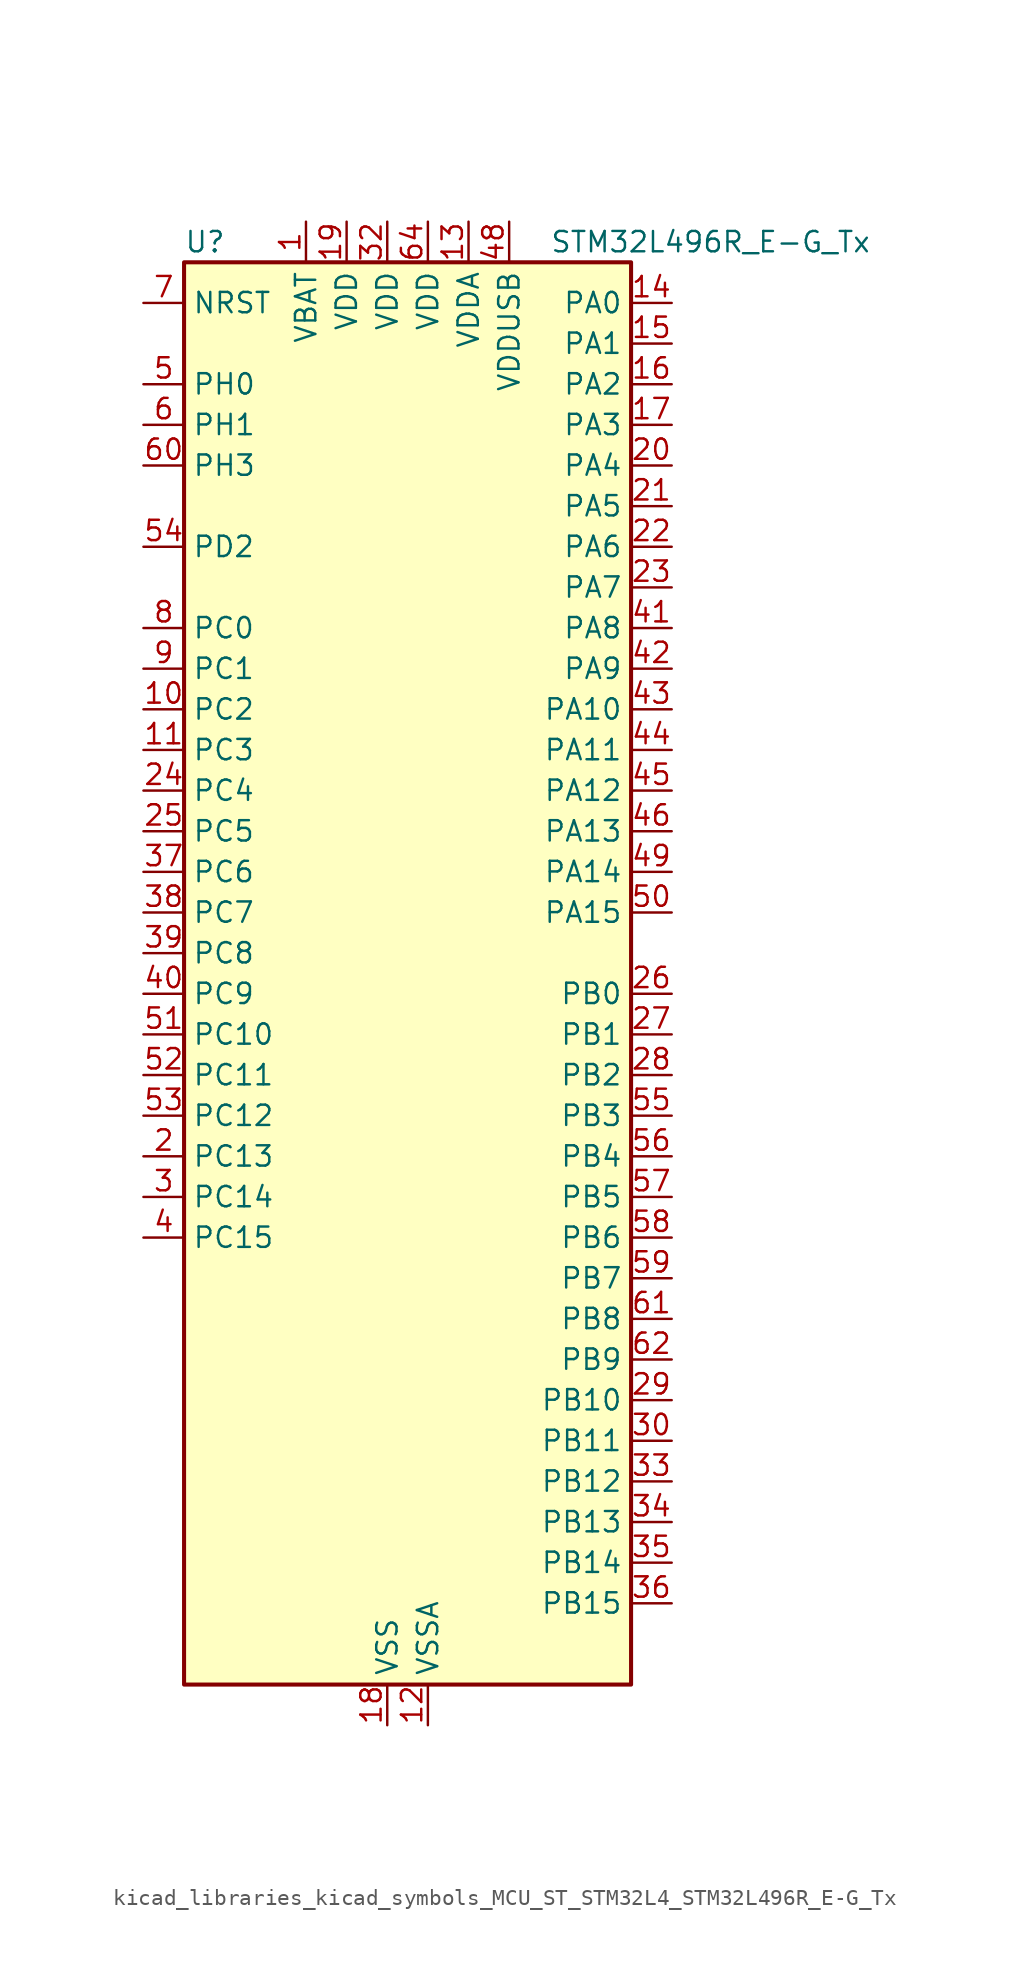
<source format=kicad_sym>
(kicad_symbol_lib
  (version 20220914)
  (generator kicad_symbol_editor)
  (symbol "kicad_libraries_kicad_symbols_MCU_ST_STM32L4_STM32L496R_E-G_Tx"
    (property "Reference" "U"
      (at -12.7 46.99 0)
      (effects (font (size 1.27 1.27)) (justify left)))
    (property "Value" "STM32L496R_E-G_Tx"
      (at 10.16 46.99 0)
      (effects (font (size 1.27 1.27)) (justify left)))
    (property "ki_locked" ""
      (at 0 0 0)
      (effects (font (size 1.27 1.27))))
    (symbol "kicad_libraries_kicad_symbols_MCU_ST_STM32L4_STM32L496R_E-G_Tx_0_1"
      (rectangle (start -12.7 -43.18) (end 15.24 45.72) (stroke (width 0.254) (type default)) (fill (type background))))
    (symbol "kicad_libraries_kicad_symbols_MCU_ST_STM32L4_STM32L496R_E-G_Tx_1_1"
      (pin power_in line (at -5.08 48.26 270) (length 2.54) (name "VBAT" (effects (font (size 1.27 1.27)))) (number "1" (effects (font (size 1.27 1.27)))))
      (pin bidirectional line (at -15.24 17.78 0) (length 2.54) (name "PC2" (effects (font (size 1.27 1.27)))) (number "10" (effects (font (size 1.27 1.27)))) (alternate "ADC1_IN3" bidirectional line) (alternate "ADC2_IN3" bidirectional line) (alternate "ADC3_IN3" bidirectional line) (alternate "DFSDM1_CKOUT" bidirectional line) (alternate "LCD_SEG20" bidirectional line) (alternate "LPTIM1_IN2" bidirectional line) (alternate "QUADSPI_BK2_IO1" bidirectional line) (alternate "SPI2_MISO" bidirectional line))
      (pin bidirectional line (at -15.24 15.24 0) (length 2.54) (name "PC3" (effects (font (size 1.27 1.27)))) (number "11" (effects (font (size 1.27 1.27)))) (alternate "ADC1_IN4" bidirectional line) (alternate "ADC2_IN4" bidirectional line) (alternate "ADC3_IN4" bidirectional line) (alternate "LCD_VLCD" bidirectional line) (alternate "LPTIM1_ETR" bidirectional line) (alternate "LPTIM2_ETR" bidirectional line) (alternate "QUADSPI_BK2_IO2" bidirectional line) (alternate "SAI1_SD_A" bidirectional line) (alternate "SPI2_MOSI" bidirectional line))
      (pin power_in line (at 2.54 -45.72 90) (length 2.54) (name "VSSA" (effects (font (size 1.27 1.27)))) (number "12" (effects (font (size 1.27 1.27)))))
      (pin power_in line (at 5.08 48.26 270) (length 2.54) (name "VDDA" (effects (font (size 1.27 1.27)))) (number "13" (effects (font (size 1.27 1.27)))))
      (pin bidirectional line (at 17.78 43.18 180) (length 2.54) (name "PA0" (effects (font (size 1.27 1.27)))) (number "14" (effects (font (size 1.27 1.27)))) (alternate "ADC1_IN5" bidirectional line) (alternate "ADC2_IN5" bidirectional line) (alternate "OPAMP1_VINP" bidirectional line) (alternate "RTC_TAMP2" bidirectional line) (alternate "SAI1_EXTCLK" bidirectional line) (alternate "SYS_WKUP1" bidirectional line) (alternate "TIM2_CH1" bidirectional line) (alternate "TIM2_ETR" bidirectional line) (alternate "TIM5_CH1" bidirectional line) (alternate "TIM8_ETR" bidirectional line) (alternate "UART4_TX" bidirectional line) (alternate "USART2_CTS" bidirectional line))
      (pin bidirectional line (at 17.78 40.64 180) (length 2.54) (name "PA1" (effects (font (size 1.27 1.27)))) (number "15" (effects (font (size 1.27 1.27)))) (alternate "ADC1_IN6" bidirectional line) (alternate "ADC2_IN6" bidirectional line) (alternate "I2C1_SMBA" bidirectional line) (alternate "LCD_SEG0" bidirectional line) (alternate "OPAMP1_VINM" bidirectional line) (alternate "SPI1_SCK" bidirectional line) (alternate "TIM15_CH1N" bidirectional line) (alternate "TIM2_CH2" bidirectional line) (alternate "TIM5_CH2" bidirectional line) (alternate "UART4_RX" bidirectional line) (alternate "USART2_DE" bidirectional line) (alternate "USART2_RTS" bidirectional line))
      (pin bidirectional line (at 17.78 38.1 180) (length 2.54) (name "PA2" (effects (font (size 1.27 1.27)))) (number "16" (effects (font (size 1.27 1.27)))) (alternate "ADC1_IN7" bidirectional line) (alternate "ADC2_IN7" bidirectional line) (alternate "LCD_SEG1" bidirectional line) (alternate "LPUART1_TX" bidirectional line) (alternate "QUADSPI_BK1_NCS" bidirectional line) (alternate "RCC_LSCO" bidirectional line) (alternate "SAI2_EXTCLK" bidirectional line) (alternate "SYS_WKUP4" bidirectional line) (alternate "TIM15_CH1" bidirectional line) (alternate "TIM2_CH3" bidirectional line) (alternate "TIM5_CH3" bidirectional line) (alternate "USART2_TX" bidirectional line))
      (pin bidirectional line (at 17.78 35.56 180) (length 2.54) (name "PA3" (effects (font (size 1.27 1.27)))) (number "17" (effects (font (size 1.27 1.27)))) (alternate "ADC1_IN8" bidirectional line) (alternate "ADC2_IN8" bidirectional line) (alternate "LCD_SEG2" bidirectional line) (alternate "LPUART1_RX" bidirectional line) (alternate "OPAMP1_VOUT" bidirectional line) (alternate "QUADSPI_CLK" bidirectional line) (alternate "SAI1_MCLK_A" bidirectional line) (alternate "TIM15_CH2" bidirectional line) (alternate "TIM2_CH4" bidirectional line) (alternate "TIM5_CH4" bidirectional line) (alternate "USART2_RX" bidirectional line))
      (pin power_in line (at 0 -45.72 90) (length 2.54) (name "VSS" (effects (font (size 1.27 1.27)))) (number "18" (effects (font (size 1.27 1.27)))))
      (pin power_in line (at -2.54 48.26 270) (length 2.54) (name "VDD" (effects (font (size 1.27 1.27)))) (number "19" (effects (font (size 1.27 1.27)))))
      (pin bidirectional line (at -15.24 -10.16 0) (length 2.54) (name "PC13" (effects (font (size 1.27 1.27)))) (number "2" (effects (font (size 1.27 1.27)))) (alternate "RTC_OUT_ALARM" bidirectional line) (alternate "RTC_OUT_CALIB" bidirectional line) (alternate "RTC_TAMP1" bidirectional line) (alternate "RTC_TS" bidirectional line) (alternate "SYS_WKUP2" bidirectional line))
      (pin bidirectional line (at 17.78 33.02 180) (length 2.54) (name "PA4" (effects (font (size 1.27 1.27)))) (number "20" (effects (font (size 1.27 1.27)))) (alternate "ADC1_IN9" bidirectional line) (alternate "ADC2_IN9" bidirectional line) (alternate "DAC1_OUT1" bidirectional line) (alternate "DCMI_HSYNC" bidirectional line) (alternate "LPTIM2_OUT" bidirectional line) (alternate "SAI1_FS_B" bidirectional line) (alternate "SPI1_NSS" bidirectional line) (alternate "SPI3_NSS" bidirectional line) (alternate "USART2_CK" bidirectional line))
      (pin bidirectional line (at 17.78 30.48 180) (length 2.54) (name "PA5" (effects (font (size 1.27 1.27)))) (number "21" (effects (font (size 1.27 1.27)))) (alternate "ADC1_IN10" bidirectional line) (alternate "ADC2_IN10" bidirectional line) (alternate "DAC1_OUT2" bidirectional line) (alternate "LPTIM2_ETR" bidirectional line) (alternate "SPI1_SCK" bidirectional line) (alternate "TIM2_CH1" bidirectional line) (alternate "TIM2_ETR" bidirectional line) (alternate "TIM8_CH1N" bidirectional line))
      (pin bidirectional line (at 17.78 27.94 180) (length 2.54) (name "PA6" (effects (font (size 1.27 1.27)))) (number "22" (effects (font (size 1.27 1.27)))) (alternate "ADC1_IN11" bidirectional line) (alternate "ADC2_IN11" bidirectional line) (alternate "DCMI_PIXCLK" bidirectional line) (alternate "LCD_SEG3" bidirectional line) (alternate "LPUART1_CTS" bidirectional line) (alternate "OPAMP2_VINP" bidirectional line) (alternate "QUADSPI_BK1_IO3" bidirectional line) (alternate "SPI1_MISO" bidirectional line) (alternate "TIM16_CH1" bidirectional line) (alternate "TIM1_BKIN" bidirectional line) (alternate "TIM1_BKIN_COMP2" bidirectional line) (alternate "TIM3_CH1" bidirectional line) (alternate "TIM8_BKIN" bidirectional line) (alternate "TIM8_BKIN_COMP2" bidirectional line) (alternate "USART3_CTS" bidirectional line))
      (pin bidirectional line (at 17.78 25.4 180) (length 2.54) (name "PA7" (effects (font (size 1.27 1.27)))) (number "23" (effects (font (size 1.27 1.27)))) (alternate "ADC1_IN12" bidirectional line) (alternate "ADC2_IN12" bidirectional line) (alternate "I2C3_SCL" bidirectional line) (alternate "LCD_SEG4" bidirectional line) (alternate "OPAMP2_VINM" bidirectional line) (alternate "QUADSPI_BK1_IO2" bidirectional line) (alternate "SPI1_MOSI" bidirectional line) (alternate "TIM17_CH1" bidirectional line) (alternate "TIM1_CH1N" bidirectional line) (alternate "TIM3_CH2" bidirectional line) (alternate "TIM8_CH1N" bidirectional line))
      (pin bidirectional line (at -15.24 12.7 0) (length 2.54) (name "PC4" (effects (font (size 1.27 1.27)))) (number "24" (effects (font (size 1.27 1.27)))) (alternate "ADC1_IN13" bidirectional line) (alternate "ADC2_IN13" bidirectional line) (alternate "COMP1_INM" bidirectional line) (alternate "LCD_SEG22" bidirectional line) (alternate "QUADSPI_BK2_IO3" bidirectional line) (alternate "USART3_TX" bidirectional line))
      (pin bidirectional line (at -15.24 10.16 0) (length 2.54) (name "PC5" (effects (font (size 1.27 1.27)))) (number "25" (effects (font (size 1.27 1.27)))) (alternate "ADC1_IN14" bidirectional line) (alternate "ADC2_IN14" bidirectional line) (alternate "COMP1_INP" bidirectional line) (alternate "LCD_SEG23" bidirectional line) (alternate "SYS_WKUP5" bidirectional line) (alternate "USART3_RX" bidirectional line))
      (pin bidirectional line (at 17.78 0 180) (length 2.54) (name "PB0" (effects (font (size 1.27 1.27)))) (number "26" (effects (font (size 1.27 1.27)))) (alternate "ADC1_IN15" bidirectional line) (alternate "ADC2_IN15" bidirectional line) (alternate "COMP1_OUT" bidirectional line) (alternate "LCD_SEG5" bidirectional line) (alternate "OPAMP2_VOUT" bidirectional line) (alternate "QUADSPI_BK1_IO1" bidirectional line) (alternate "SAI1_EXTCLK" bidirectional line) (alternate "SPI1_NSS" bidirectional line) (alternate "TIM1_CH2N" bidirectional line) (alternate "TIM3_CH3" bidirectional line) (alternate "TIM8_CH2N" bidirectional line) (alternate "USART3_CK" bidirectional line))
      (pin bidirectional line (at 17.78 -2.54 180) (length 2.54) (name "PB1" (effects (font (size 1.27 1.27)))) (number "27" (effects (font (size 1.27 1.27)))) (alternate "ADC1_IN16" bidirectional line) (alternate "ADC2_IN16" bidirectional line) (alternate "COMP1_INM" bidirectional line) (alternate "DFSDM1_DATIN0" bidirectional line) (alternate "LCD_SEG6" bidirectional line) (alternate "LPTIM2_IN1" bidirectional line) (alternate "LPUART1_DE" bidirectional line) (alternate "LPUART1_RTS" bidirectional line) (alternate "QUADSPI_BK1_IO0" bidirectional line) (alternate "TIM1_CH3N" bidirectional line) (alternate "TIM3_CH4" bidirectional line) (alternate "TIM8_CH3N" bidirectional line) (alternate "USART3_DE" bidirectional line) (alternate "USART3_RTS" bidirectional line))
      (pin bidirectional line (at 17.78 -5.08 180) (length 2.54) (name "PB2" (effects (font (size 1.27 1.27)))) (number "28" (effects (font (size 1.27 1.27)))) (alternate "COMP1_INP" bidirectional line) (alternate "DFSDM1_CKIN0" bidirectional line) (alternate "I2C3_SMBA" bidirectional line) (alternate "LCD_VLCD" bidirectional line) (alternate "LPTIM1_OUT" bidirectional line) (alternate "RTC_OUT_ALARM" bidirectional line) (alternate "RTC_OUT_CALIB" bidirectional line))
      (pin bidirectional line (at 17.78 -25.4 180) (length 2.54) (name "PB10" (effects (font (size 1.27 1.27)))) (number "29" (effects (font (size 1.27 1.27)))) (alternate "COMP1_OUT" bidirectional line) (alternate "DFSDM1_DATIN7" bidirectional line) (alternate "I2C2_SCL" bidirectional line) (alternate "I2C4_SCL" bidirectional line) (alternate "LCD_SEG10" bidirectional line) (alternate "LPUART1_RX" bidirectional line) (alternate "QUADSPI_CLK" bidirectional line) (alternate "SAI1_SCK_A" bidirectional line) (alternate "SPI2_SCK" bidirectional line) (alternate "TIM2_CH3" bidirectional line) (alternate "TSC_SYNC" bidirectional line) (alternate "USART3_TX" bidirectional line))
      (pin bidirectional line (at -15.24 -12.7 0) (length 2.54) (name "PC14" (effects (font (size 1.27 1.27)))) (number "3" (effects (font (size 1.27 1.27)))) (alternate "RCC_OSC32_IN" bidirectional line))
      (pin bidirectional line (at 17.78 -27.94 180) (length 2.54) (name "PB11" (effects (font (size 1.27 1.27)))) (number "30" (effects (font (size 1.27 1.27)))) (alternate "ADC1_EXTI11" bidirectional line) (alternate "ADC2_EXTI11" bidirectional line) (alternate "ADC3_EXTI11" bidirectional line) (alternate "COMP2_OUT" bidirectional line) (alternate "DFSDM1_CKIN7" bidirectional line) (alternate "I2C2_SDA" bidirectional line) (alternate "I2C4_SDA" bidirectional line) (alternate "LCD_SEG11" bidirectional line) (alternate "LPUART1_TX" bidirectional line) (alternate "QUADSPI_BK1_NCS" bidirectional line) (alternate "TIM2_CH4" bidirectional line) (alternate "USART3_RX" bidirectional line))
      (pin passive line (at 0 -45.72 90) (length 2.54) hide (name "VSS" (effects (font (size 1.27 1.27)))) (number "31" (effects (font (size 1.27 1.27)))))
      (pin power_in line (at 0 48.26 270) (length 2.54) (name "VDD" (effects (font (size 1.27 1.27)))) (number "32" (effects (font (size 1.27 1.27)))))
      (pin bidirectional line (at 17.78 -30.48 180) (length 2.54) (name "PB12" (effects (font (size 1.27 1.27)))) (number "33" (effects (font (size 1.27 1.27)))) (alternate "CAN2_RX" bidirectional line) (alternate "DFSDM1_DATIN1" bidirectional line) (alternate "I2C2_SMBA" bidirectional line) (alternate "LCD_SEG12" bidirectional line) (alternate "LPUART1_DE" bidirectional line) (alternate "LPUART1_RTS" bidirectional line) (alternate "SAI2_FS_A" bidirectional line) (alternate "SPI2_NSS" bidirectional line) (alternate "SWPMI1_IO" bidirectional line) (alternate "TIM15_BKIN" bidirectional line) (alternate "TIM1_BKIN" bidirectional line) (alternate "TIM1_BKIN_COMP2" bidirectional line) (alternate "TSC_G1_IO1" bidirectional line) (alternate "USART3_CK" bidirectional line))
      (pin bidirectional line (at 17.78 -33.02 180) (length 2.54) (name "PB13" (effects (font (size 1.27 1.27)))) (number "34" (effects (font (size 1.27 1.27)))) (alternate "CAN2_TX" bidirectional line) (alternate "DFSDM1_CKIN1" bidirectional line) (alternate "I2C2_SCL" bidirectional line) (alternate "LCD_SEG13" bidirectional line) (alternate "LPUART1_CTS" bidirectional line) (alternate "SAI2_SCK_A" bidirectional line) (alternate "SPI2_SCK" bidirectional line) (alternate "SWPMI1_TX" bidirectional line) (alternate "TIM15_CH1N" bidirectional line) (alternate "TIM1_CH1N" bidirectional line) (alternate "TSC_G1_IO2" bidirectional line) (alternate "USART3_CTS" bidirectional line))
      (pin bidirectional line (at 17.78 -35.56 180) (length 2.54) (name "PB14" (effects (font (size 1.27 1.27)))) (number "35" (effects (font (size 1.27 1.27)))) (alternate "DFSDM1_DATIN2" bidirectional line) (alternate "I2C2_SDA" bidirectional line) (alternate "LCD_SEG14" bidirectional line) (alternate "SAI2_MCLK_A" bidirectional line) (alternate "SPI2_MISO" bidirectional line) (alternate "SWPMI1_RX" bidirectional line) (alternate "TIM15_CH1" bidirectional line) (alternate "TIM1_CH2N" bidirectional line) (alternate "TIM8_CH2N" bidirectional line) (alternate "TSC_G1_IO3" bidirectional line) (alternate "USART3_DE" bidirectional line) (alternate "USART3_RTS" bidirectional line))
      (pin bidirectional line (at 17.78 -38.1 180) (length 2.54) (name "PB15" (effects (font (size 1.27 1.27)))) (number "36" (effects (font (size 1.27 1.27)))) (alternate "ADC1_EXTI15" bidirectional line) (alternate "ADC2_EXTI15" bidirectional line) (alternate "ADC3_EXTI15" bidirectional line) (alternate "DFSDM1_CKIN2" bidirectional line) (alternate "LCD_SEG15" bidirectional line) (alternate "RTC_REFIN" bidirectional line) (alternate "SAI2_SD_A" bidirectional line) (alternate "SPI2_MOSI" bidirectional line) (alternate "SWPMI1_SUSPEND" bidirectional line) (alternate "TIM15_CH2" bidirectional line) (alternate "TIM1_CH3N" bidirectional line) (alternate "TIM8_CH3N" bidirectional line) (alternate "TSC_G1_IO4" bidirectional line))
      (pin bidirectional line (at -15.24 7.62 0) (length 2.54) (name "PC6" (effects (font (size 1.27 1.27)))) (number "37" (effects (font (size 1.27 1.27)))) (alternate "DCMI_D0" bidirectional line) (alternate "DFSDM1_CKIN3" bidirectional line) (alternate "LCD_SEG24" bidirectional line) (alternate "SAI2_MCLK_A" bidirectional line) (alternate "SDMMC1_D6" bidirectional line) (alternate "TIM3_CH1" bidirectional line) (alternate "TIM8_CH1" bidirectional line) (alternate "TSC_G4_IO1" bidirectional line))
      (pin bidirectional line (at -15.24 5.08 0) (length 2.54) (name "PC7" (effects (font (size 1.27 1.27)))) (number "38" (effects (font (size 1.27 1.27)))) (alternate "DCMI_D1" bidirectional line) (alternate "DFSDM1_DATIN3" bidirectional line) (alternate "LCD_SEG25" bidirectional line) (alternate "SAI2_MCLK_B" bidirectional line) (alternate "SDMMC1_D7" bidirectional line) (alternate "TIM3_CH2" bidirectional line) (alternate "TIM8_CH2" bidirectional line) (alternate "TSC_G4_IO2" bidirectional line))
      (pin bidirectional line (at -15.24 2.54 0) (length 2.54) (name "PC8" (effects (font (size 1.27 1.27)))) (number "39" (effects (font (size 1.27 1.27)))) (alternate "DCMI_D2" bidirectional line) (alternate "LCD_SEG26" bidirectional line) (alternate "SDMMC1_D0" bidirectional line) (alternate "TIM3_CH3" bidirectional line) (alternate "TIM8_CH3" bidirectional line) (alternate "TSC_G4_IO3" bidirectional line))
      (pin bidirectional line (at -15.24 -15.24 0) (length 2.54) (name "PC15" (effects (font (size 1.27 1.27)))) (number "4" (effects (font (size 1.27 1.27)))) (alternate "ADC1_EXTI15" bidirectional line) (alternate "ADC2_EXTI15" bidirectional line) (alternate "ADC3_EXTI15" bidirectional line) (alternate "RCC_OSC32_OUT" bidirectional line))
      (pin bidirectional line (at -15.24 0 0) (length 2.54) (name "PC9" (effects (font (size 1.27 1.27)))) (number "40" (effects (font (size 1.27 1.27)))) (alternate "DAC1_EXTI9" bidirectional line) (alternate "DCMI_D3" bidirectional line) (alternate "I2C3_SDA" bidirectional line) (alternate "LCD_SEG27" bidirectional line) (alternate "SAI2_EXTCLK" bidirectional line) (alternate "SDMMC1_D1" bidirectional line) (alternate "TIM3_CH4" bidirectional line) (alternate "TIM8_BKIN2" bidirectional line) (alternate "TIM8_BKIN2_COMP1" bidirectional line) (alternate "TIM8_CH4" bidirectional line) (alternate "TSC_G4_IO4" bidirectional line) (alternate "USB_OTG_FS_NOE" bidirectional line))
      (pin bidirectional line (at 17.78 22.86 180) (length 2.54) (name "PA8" (effects (font (size 1.27 1.27)))) (number "41" (effects (font (size 1.27 1.27)))) (alternate "LCD_COM0" bidirectional line) (alternate "LPTIM2_OUT" bidirectional line) (alternate "RCC_MCO" bidirectional line) (alternate "SAI1_SCK_A" bidirectional line) (alternate "SWPMI1_IO" bidirectional line) (alternate "TIM1_CH1" bidirectional line) (alternate "USART1_CK" bidirectional line) (alternate "USB_OTG_FS_SOF" bidirectional line))
      (pin bidirectional line (at 17.78 20.32 180) (length 2.54) (name "PA9" (effects (font (size 1.27 1.27)))) (number "42" (effects (font (size 1.27 1.27)))) (alternate "DAC1_EXTI9" bidirectional line) (alternate "DCMI_D0" bidirectional line) (alternate "LCD_COM1" bidirectional line) (alternate "SAI1_FS_A" bidirectional line) (alternate "SPI2_SCK" bidirectional line) (alternate "TIM15_BKIN" bidirectional line) (alternate "TIM1_CH2" bidirectional line) (alternate "USART1_TX" bidirectional line) (alternate "USB_OTG_FS_VBUS" bidirectional line))
      (pin bidirectional line (at 17.78 17.78 180) (length 2.54) (name "PA10" (effects (font (size 1.27 1.27)))) (number "43" (effects (font (size 1.27 1.27)))) (alternate "DCMI_D1" bidirectional line) (alternate "LCD_COM2" bidirectional line) (alternate "SAI1_SD_A" bidirectional line) (alternate "TIM17_BKIN" bidirectional line) (alternate "TIM1_CH3" bidirectional line) (alternate "USART1_RX" bidirectional line) (alternate "USB_OTG_FS_ID" bidirectional line))
      (pin bidirectional line (at 17.78 15.24 180) (length 2.54) (name "PA11" (effects (font (size 1.27 1.27)))) (number "44" (effects (font (size 1.27 1.27)))) (alternate "ADC1_EXTI11" bidirectional line) (alternate "ADC2_EXTI11" bidirectional line) (alternate "ADC3_EXTI11" bidirectional line) (alternate "CAN1_RX" bidirectional line) (alternate "SPI1_MISO" bidirectional line) (alternate "TIM1_BKIN2" bidirectional line) (alternate "TIM1_BKIN2_COMP1" bidirectional line) (alternate "TIM1_CH4" bidirectional line) (alternate "USART1_CTS" bidirectional line) (alternate "USB_OTG_FS_DM" bidirectional line))
      (pin bidirectional line (at 17.78 12.7 180) (length 2.54) (name "PA12" (effects (font (size 1.27 1.27)))) (number "45" (effects (font (size 1.27 1.27)))) (alternate "CAN1_TX" bidirectional line) (alternate "SPI1_MOSI" bidirectional line) (alternate "TIM1_ETR" bidirectional line) (alternate "USART1_DE" bidirectional line) (alternate "USART1_RTS" bidirectional line) (alternate "USB_OTG_FS_DP" bidirectional line))
      (pin bidirectional line (at 17.78 10.16 180) (length 2.54) (name "PA13" (effects (font (size 1.27 1.27)))) (number "46" (effects (font (size 1.27 1.27)))) (alternate "IR_OUT" bidirectional line) (alternate "SAI1_SD_B" bidirectional line) (alternate "SWPMI1_TX" bidirectional line) (alternate "SYS_JTMS-SWDIO" bidirectional line) (alternate "USB_OTG_FS_NOE" bidirectional line))
      (pin passive line (at 0 -45.72 90) (length 2.54) hide (name "VSS" (effects (font (size 1.27 1.27)))) (number "47" (effects (font (size 1.27 1.27)))))
      (pin power_in line (at 7.62 48.26 270) (length 2.54) (name "VDDUSB" (effects (font (size 1.27 1.27)))) (number "48" (effects (font (size 1.27 1.27)))))
      (pin bidirectional line (at 17.78 7.62 180) (length 2.54) (name "PA14" (effects (font (size 1.27 1.27)))) (number "49" (effects (font (size 1.27 1.27)))) (alternate "I2C1_SMBA" bidirectional line) (alternate "I2C4_SMBA" bidirectional line) (alternate "LPTIM1_OUT" bidirectional line) (alternate "SAI1_FS_B" bidirectional line) (alternate "SWPMI1_RX" bidirectional line) (alternate "SYS_JTCK-SWCLK" bidirectional line) (alternate "USB_OTG_FS_SOF" bidirectional line))
      (pin bidirectional line (at -15.24 38.1 0) (length 2.54) (name "PH0" (effects (font (size 1.27 1.27)))) (number "5" (effects (font (size 1.27 1.27)))) (alternate "RCC_OSC_IN" bidirectional line))
      (pin bidirectional line (at 17.78 5.08 180) (length 2.54) (name "PA15" (effects (font (size 1.27 1.27)))) (number "50" (effects (font (size 1.27 1.27)))) (alternate "ADC1_EXTI15" bidirectional line) (alternate "ADC2_EXTI15" bidirectional line) (alternate "ADC3_EXTI15" bidirectional line) (alternate "LCD_SEG17" bidirectional line) (alternate "SAI2_FS_B" bidirectional line) (alternate "SPI1_NSS" bidirectional line) (alternate "SPI3_NSS" bidirectional line) (alternate "SWPMI1_SUSPEND" bidirectional line) (alternate "SYS_JTDI" bidirectional line) (alternate "TIM2_CH1" bidirectional line) (alternate "TIM2_ETR" bidirectional line) (alternate "TSC_G3_IO1" bidirectional line) (alternate "UART4_DE" bidirectional line) (alternate "UART4_RTS" bidirectional line) (alternate "USART2_RX" bidirectional line) (alternate "USART3_DE" bidirectional line) (alternate "USART3_RTS" bidirectional line))
      (pin bidirectional line (at -15.24 -2.54 0) (length 2.54) (name "PC10" (effects (font (size 1.27 1.27)))) (number "51" (effects (font (size 1.27 1.27)))) (alternate "DCMI_D8" bidirectional line) (alternate "LCD_COM4" bidirectional line) (alternate "LCD_SEG28" bidirectional line) (alternate "LCD_SEG40" bidirectional line) (alternate "SAI2_SCK_B" bidirectional line) (alternate "SDMMC1_D2" bidirectional line) (alternate "SPI3_SCK" bidirectional line) (alternate "SYS_TRACED1" bidirectional line) (alternate "TSC_G3_IO2" bidirectional line) (alternate "UART4_TX" bidirectional line) (alternate "USART3_TX" bidirectional line))
      (pin bidirectional line (at -15.24 -5.08 0) (length 2.54) (name "PC11" (effects (font (size 1.27 1.27)))) (number "52" (effects (font (size 1.27 1.27)))) (alternate "ADC1_EXTI11" bidirectional line) (alternate "ADC2_EXTI11" bidirectional line) (alternate "ADC3_EXTI11" bidirectional line) (alternate "DCMI_D4" bidirectional line) (alternate "LCD_COM5" bidirectional line) (alternate "LCD_SEG29" bidirectional line) (alternate "LCD_SEG41" bidirectional line) (alternate "QUADSPI_BK2_NCS" bidirectional line) (alternate "SAI2_MCLK_B" bidirectional line) (alternate "SDMMC1_D3" bidirectional line) (alternate "SPI3_MISO" bidirectional line) (alternate "TSC_G3_IO3" bidirectional line) (alternate "UART4_RX" bidirectional line) (alternate "USART3_RX" bidirectional line))
      (pin bidirectional line (at -15.24 -7.62 0) (length 2.54) (name "PC12" (effects (font (size 1.27 1.27)))) (number "53" (effects (font (size 1.27 1.27)))) (alternate "DCMI_D9" bidirectional line) (alternate "LCD_COM6" bidirectional line) (alternate "LCD_SEG30" bidirectional line) (alternate "LCD_SEG42" bidirectional line) (alternate "SAI2_SD_B" bidirectional line) (alternate "SDMMC1_CK" bidirectional line) (alternate "SPI3_MOSI" bidirectional line) (alternate "SYS_TRACED3" bidirectional line) (alternate "TSC_G3_IO4" bidirectional line) (alternate "UART5_TX" bidirectional line) (alternate "USART3_CK" bidirectional line))
      (pin bidirectional line (at -15.24 27.94 0) (length 2.54) (name "PD2" (effects (font (size 1.27 1.27)))) (number "54" (effects (font (size 1.27 1.27)))) (alternate "DCMI_D11" bidirectional line) (alternate "LCD_COM7" bidirectional line) (alternate "LCD_SEG31" bidirectional line) (alternate "LCD_SEG43" bidirectional line) (alternate "SDMMC1_CMD" bidirectional line) (alternate "SYS_TRACED2" bidirectional line) (alternate "TIM3_ETR" bidirectional line) (alternate "TSC_SYNC" bidirectional line) (alternate "UART5_RX" bidirectional line) (alternate "USART3_DE" bidirectional line) (alternate "USART3_RTS" bidirectional line))
      (pin bidirectional line (at 17.78 -7.62 180) (length 2.54) (name "PB3" (effects (font (size 1.27 1.27)))) (number "55" (effects (font (size 1.27 1.27)))) (alternate "COMP2_INM" bidirectional line) (alternate "CRS_SYNC" bidirectional line) (alternate "LCD_SEG7" bidirectional line) (alternate "SAI1_SCK_B" bidirectional line) (alternate "SPI1_SCK" bidirectional line) (alternate "SPI3_SCK" bidirectional line) (alternate "SYS_JTDO-SWO" bidirectional line) (alternate "TIM2_CH2" bidirectional line) (alternate "USART1_DE" bidirectional line) (alternate "USART1_RTS" bidirectional line))
      (pin bidirectional line (at 17.78 -10.16 180) (length 2.54) (name "PB4" (effects (font (size 1.27 1.27)))) (number "56" (effects (font (size 1.27 1.27)))) (alternate "COMP2_INP" bidirectional line) (alternate "DCMI_D12" bidirectional line) (alternate "I2C3_SDA" bidirectional line) (alternate "LCD_SEG8" bidirectional line) (alternate "SAI1_MCLK_B" bidirectional line) (alternate "SPI1_MISO" bidirectional line) (alternate "SPI3_MISO" bidirectional line) (alternate "SYS_JTRST" bidirectional line) (alternate "TIM17_BKIN" bidirectional line) (alternate "TIM3_CH1" bidirectional line) (alternate "TSC_G2_IO1" bidirectional line) (alternate "UART5_DE" bidirectional line) (alternate "UART5_RTS" bidirectional line) (alternate "USART1_CTS" bidirectional line))
      (pin bidirectional line (at 17.78 -12.7 180) (length 2.54) (name "PB5" (effects (font (size 1.27 1.27)))) (number "57" (effects (font (size 1.27 1.27)))) (alternate "CAN2_RX" bidirectional line) (alternate "COMP2_OUT" bidirectional line) (alternate "DCMI_D10" bidirectional line) (alternate "I2C1_SMBA" bidirectional line) (alternate "LCD_SEG9" bidirectional line) (alternate "LPTIM1_IN1" bidirectional line) (alternate "SAI1_SD_B" bidirectional line) (alternate "SPI1_MOSI" bidirectional line) (alternate "SPI3_MOSI" bidirectional line) (alternate "TIM16_BKIN" bidirectional line) (alternate "TIM3_CH2" bidirectional line) (alternate "TSC_G2_IO2" bidirectional line) (alternate "UART5_CTS" bidirectional line) (alternate "USART1_CK" bidirectional line))
      (pin bidirectional line (at 17.78 -15.24 180) (length 2.54) (name "PB6" (effects (font (size 1.27 1.27)))) (number "58" (effects (font (size 1.27 1.27)))) (alternate "CAN2_TX" bidirectional line) (alternate "COMP2_INP" bidirectional line) (alternate "DCMI_D5" bidirectional line) (alternate "DFSDM1_DATIN5" bidirectional line) (alternate "I2C1_SCL" bidirectional line) (alternate "I2C4_SCL" bidirectional line) (alternate "LPTIM1_ETR" bidirectional line) (alternate "SAI1_FS_B" bidirectional line) (alternate "TIM16_CH1N" bidirectional line) (alternate "TIM4_CH1" bidirectional line) (alternate "TIM8_BKIN2" bidirectional line) (alternate "TIM8_BKIN2_COMP2" bidirectional line) (alternate "TSC_G2_IO3" bidirectional line) (alternate "USART1_TX" bidirectional line))
      (pin bidirectional line (at 17.78 -17.78 180) (length 2.54) (name "PB7" (effects (font (size 1.27 1.27)))) (number "59" (effects (font (size 1.27 1.27)))) (alternate "COMP2_INM" bidirectional line) (alternate "DCMI_VSYNC" bidirectional line) (alternate "DFSDM1_CKIN5" bidirectional line) (alternate "I2C1_SDA" bidirectional line) (alternate "I2C4_SDA" bidirectional line) (alternate "LCD_SEG21" bidirectional line) (alternate "LPTIM1_IN2" bidirectional line) (alternate "SYS_PVD_IN" bidirectional line) (alternate "TIM17_CH1N" bidirectional line) (alternate "TIM4_CH2" bidirectional line) (alternate "TIM8_BKIN" bidirectional line) (alternate "TIM8_BKIN_COMP1" bidirectional line) (alternate "TSC_G2_IO4" bidirectional line) (alternate "UART4_CTS" bidirectional line) (alternate "USART1_RX" bidirectional line))
      (pin bidirectional line (at -15.24 35.56 0) (length 2.54) (name "PH1" (effects (font (size 1.27 1.27)))) (number "6" (effects (font (size 1.27 1.27)))) (alternate "RCC_OSC_OUT" bidirectional line))
      (pin bidirectional line (at -15.24 33.02 0) (length 2.54) (name "PH3" (effects (font (size 1.27 1.27)))) (number "60" (effects (font (size 1.27 1.27)))))
      (pin bidirectional line (at 17.78 -20.32 180) (length 2.54) (name "PB8" (effects (font (size 1.27 1.27)))) (number "61" (effects (font (size 1.27 1.27)))) (alternate "CAN1_RX" bidirectional line) (alternate "DCMI_D6" bidirectional line) (alternate "DFSDM1_DATIN6" bidirectional line) (alternate "I2C1_SCL" bidirectional line) (alternate "LCD_SEG16" bidirectional line) (alternate "SAI1_MCLK_A" bidirectional line) (alternate "SDMMC1_D4" bidirectional line) (alternate "TIM16_CH1" bidirectional line) (alternate "TIM4_CH3" bidirectional line))
      (pin bidirectional line (at 17.78 -22.86 180) (length 2.54) (name "PB9" (effects (font (size 1.27 1.27)))) (number "62" (effects (font (size 1.27 1.27)))) (alternate "CAN1_TX" bidirectional line) (alternate "DAC1_EXTI9" bidirectional line) (alternate "DCMI_D7" bidirectional line) (alternate "DFSDM1_CKIN6" bidirectional line) (alternate "I2C1_SDA" bidirectional line) (alternate "IR_OUT" bidirectional line) (alternate "LCD_COM3" bidirectional line) (alternate "SAI1_FS_A" bidirectional line) (alternate "SDMMC1_D5" bidirectional line) (alternate "SPI2_NSS" bidirectional line) (alternate "TIM17_CH1" bidirectional line) (alternate "TIM4_CH4" bidirectional line))
      (pin passive line (at 0 -45.72 90) (length 2.54) hide (name "VSS" (effects (font (size 1.27 1.27)))) (number "63" (effects (font (size 1.27 1.27)))))
      (pin power_in line (at 2.54 48.26 270) (length 2.54) (name "VDD" (effects (font (size 1.27 1.27)))) (number "64" (effects (font (size 1.27 1.27)))))
      (pin input line (at -15.24 43.18 0) (length 2.54) (name "NRST" (effects (font (size 1.27 1.27)))) (number "7" (effects (font (size 1.27 1.27)))))
      (pin bidirectional line (at -15.24 22.86 0) (length 2.54) (name "PC0" (effects (font (size 1.27 1.27)))) (number "8" (effects (font (size 1.27 1.27)))) (alternate "ADC1_IN1" bidirectional line) (alternate "ADC2_IN1" bidirectional line) (alternate "ADC3_IN1" bidirectional line) (alternate "DFSDM1_DATIN4" bidirectional line) (alternate "I2C3_SCL" bidirectional line) (alternate "I2C4_SCL" bidirectional line) (alternate "LCD_SEG18" bidirectional line) (alternate "LPTIM1_IN1" bidirectional line) (alternate "LPTIM2_IN1" bidirectional line) (alternate "LPUART1_RX" bidirectional line))
      (pin bidirectional line (at -15.24 20.32 0) (length 2.54) (name "PC1" (effects (font (size 1.27 1.27)))) (number "9" (effects (font (size 1.27 1.27)))) (alternate "ADC1_IN2" bidirectional line) (alternate "ADC2_IN2" bidirectional line) (alternate "ADC3_IN2" bidirectional line) (alternate "DFSDM1_CKIN4" bidirectional line) (alternate "I2C3_SDA" bidirectional line) (alternate "I2C4_SDA" bidirectional line) (alternate "LCD_SEG19" bidirectional line) (alternate "LPTIM1_OUT" bidirectional line) (alternate "LPUART1_TX" bidirectional line) (alternate "QUADSPI_BK2_IO0" bidirectional line) (alternate "SAI1_SD_A" bidirectional line) (alternate "SPI2_MOSI" bidirectional line) (alternate "SYS_TRACED0" bidirectional line)))))
</source>
